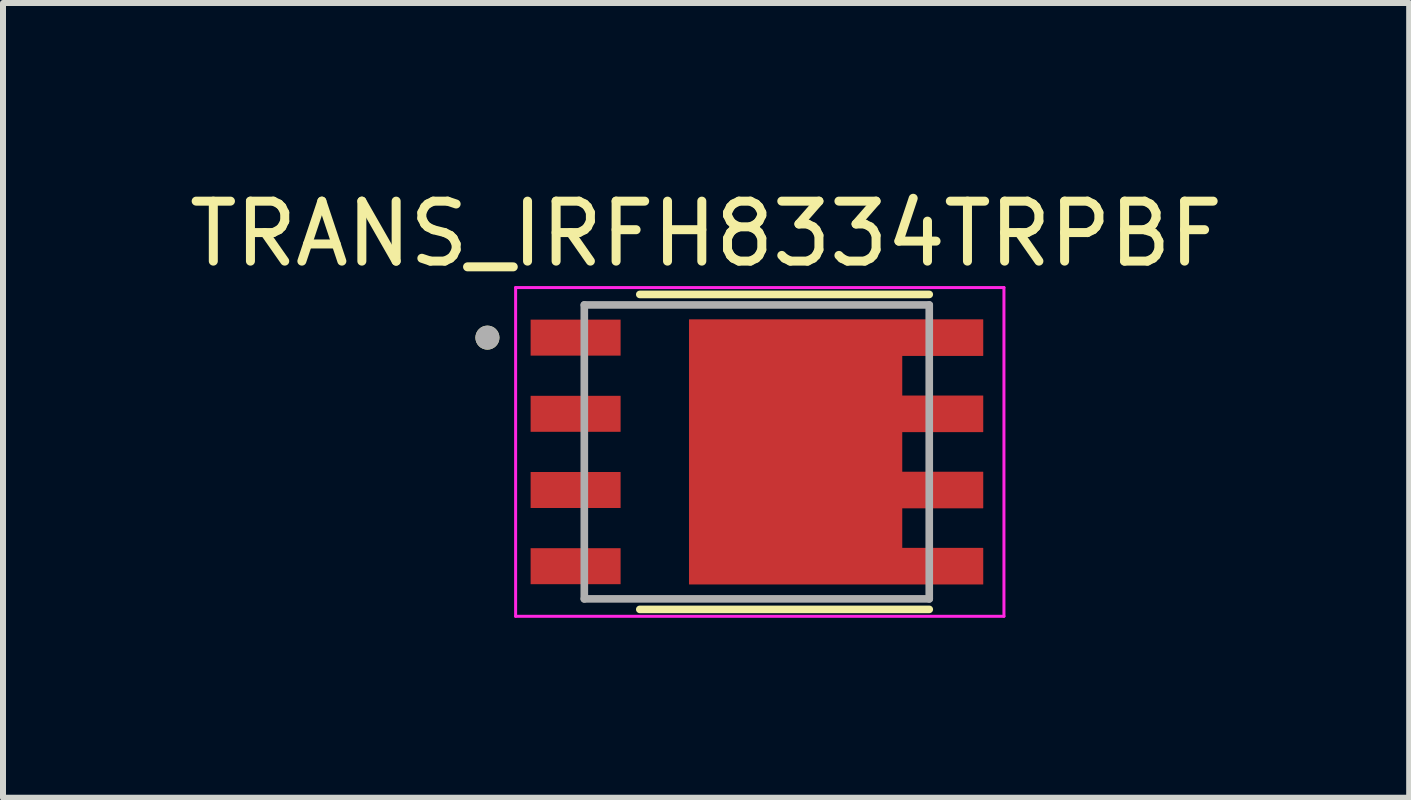
<source format=kicad_pcb>
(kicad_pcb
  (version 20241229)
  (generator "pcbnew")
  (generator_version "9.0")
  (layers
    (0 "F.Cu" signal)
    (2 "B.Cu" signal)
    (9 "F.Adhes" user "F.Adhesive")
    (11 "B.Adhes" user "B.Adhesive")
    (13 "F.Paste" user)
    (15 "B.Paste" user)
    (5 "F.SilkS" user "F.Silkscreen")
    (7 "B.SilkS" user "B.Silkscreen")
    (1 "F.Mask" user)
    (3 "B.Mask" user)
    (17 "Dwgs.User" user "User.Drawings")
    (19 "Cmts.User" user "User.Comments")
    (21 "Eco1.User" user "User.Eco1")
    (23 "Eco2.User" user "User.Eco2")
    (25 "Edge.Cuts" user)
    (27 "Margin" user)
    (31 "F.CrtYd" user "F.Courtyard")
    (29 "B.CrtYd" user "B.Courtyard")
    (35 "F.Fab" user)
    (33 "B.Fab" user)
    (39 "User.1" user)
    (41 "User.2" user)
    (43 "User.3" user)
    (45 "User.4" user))
  (footprint "TRANS_IRFH8334TRPBF"
    (layer "F.Cu")
    (at 9.565 4.483)
    (property "Reference" "TRANS_IRFH8334TRPBF" (at -0.845 -3.635 0) (layer "F.SilkS") (effects (font (size 1 1) (thickness 0.15))))
    (attr smd)
    (fp_poly (pts (xy -1.225 -2.305) (xy -1.225 2.305) (xy 3.87 2.305) (xy 3.87 1.505) (xy 2.52 1.505) (xy 2.52 1.035) (xy 3.87 1.035) (xy 3.87 0.235) (xy 2.52 0.235) (xy 2.52 -0.235) (xy 3.87 -0.235) (xy 3.87 -1.035) (xy 2.52 -1.035) (xy 2.52 -1.505) (xy 3.87 -1.505) (xy 3.87 -2.305)) (stroke (width 0.01) (type solid)) (fill yes) (layer "F.Mask"))
    (fp_line (start -1.95 -2.625) (end 2.875 -2.625) (stroke (width 0.127) (type solid)) (layer "F.SilkS"))
    (fp_line (start 2.875 2.625) (end -1.95 2.625) (stroke (width 0.127) (type solid)) (layer "F.SilkS"))
    (fp_circle (center -4.49 -1.905) (end -4.39 -1.905) (stroke (width 0.2) (type solid)) (fill no) (layer "F.SilkS"))
    (fp_poly (pts (xy -2.32 -1.655) (xy -3.72 -1.655) (xy -3.72 -2.155) (xy -2.32 -2.155)) (stroke (width 0.01) (type solid)) (fill yes) (layer "F.Paste"))
    (fp_poly (pts (xy -2.32 -0.385) (xy -3.72 -0.385) (xy -3.72 -0.885) (xy -2.32 -0.885)) (stroke (width 0.01) (type solid)) (fill yes) (layer "F.Paste"))
    (fp_poly (pts (xy -2.32 0.885) (xy -3.72 0.885) (xy -3.72 0.385) (xy -2.32 0.385)) (stroke (width 0.01) (type solid)) (fill yes) (layer "F.Paste"))
    (fp_poly (pts (xy -2.32 2.155) (xy -3.72 2.155) (xy -3.72 1.655) (xy -2.32 1.655)) (stroke (width 0.01) (type solid)) (fill yes) (layer "F.Paste"))
    (fp_poly (pts (xy 0.545 -0.1) (xy -0.955 -0.1) (xy -0.955 -1.6) (xy 0.545 -1.6)) (stroke (width 0.01) (type solid)) (fill yes) (layer "F.Paste"))
    (fp_poly (pts (xy 0.545 1.6) (xy -0.955 1.6) (xy -0.955 0.1) (xy 0.545 0.1)) (stroke (width 0.01) (type solid)) (fill yes) (layer "F.Paste"))
    (fp_poly (pts (xy 2.245 -0.1) (xy 0.745 -0.1) (xy 0.745 -1.6) (xy 2.245 -1.6)) (stroke (width 0.01) (type solid)) (fill yes) (layer "F.Paste"))
    (fp_poly (pts (xy 2.245 1.6) (xy 0.745 1.6) (xy 0.745 0.1) (xy 2.245 0.1)) (stroke (width 0.01) (type solid)) (fill yes) (layer "F.Paste"))
    (fp_poly (pts (xy 2.513 -2.155) (xy 2.513 -1.655) (xy 3.712 -1.655) (xy 3.712 -2.155)) (stroke (width 0.01) (type solid)) (fill yes) (layer "F.Paste"))
    (fp_poly (pts (xy 2.513 -0.885) (xy 2.513 -0.385) (xy 3.712 -0.385) (xy 3.712 -0.885)) (stroke (width 0.01) (type solid)) (fill yes) (layer "F.Paste"))
    (fp_poly (pts (xy 2.513 0.385) (xy 2.513 0.885) (xy 3.712 0.885) (xy 3.712 0.385)) (stroke (width 0.01) (type solid)) (fill yes) (layer "F.Paste"))
    (fp_poly (pts (xy 2.513 1.655) (xy 2.513 2.155) (xy 3.712 2.155) (xy 3.712 1.655)) (stroke (width 0.01) (type solid)) (fill yes) (layer "F.Paste"))
    (fp_line (start -4.02 -2.74) (end -4.02 2.74) (stroke (width 0.05) (type solid)) (layer "F.CrtYd"))
    (fp_line (start -4.02 2.74) (end 4.12 2.74) (stroke (width 0.05) (type solid)) (layer "F.CrtYd"))
    (fp_line (start 4.12 -2.74) (end -4.02 -2.74) (stroke (width 0.05) (type solid)) (layer "F.CrtYd"))
    (fp_line (start 4.12 2.74) (end 4.12 -2.74) (stroke (width 0.05) (type solid)) (layer "F.CrtYd"))
    (fp_line (start -2.875 -2.45) (end 2.875 -2.45) (stroke (width 0.127) (type solid)) (layer "F.Fab"))
    (fp_line (start -2.875 2.45) (end -2.875 -2.45) (stroke (width 0.127) (type solid)) (layer "F.Fab"))
    (fp_line (start 2.875 -2.45) (end 2.875 2.45) (stroke (width 0.127) (type solid)) (layer "F.Fab"))
    (fp_line (start 2.875 2.45) (end -2.875 2.45) (stroke (width 0.127) (type solid)) (layer "F.Fab"))
    (fp_circle (center -4.49 -1.905) (end -4.39 -1.905) (stroke (width 0.2) (type solid)) (fill no) (layer "F.Fab"))
    (pad "1" smd rect (at -3.02 -1.905) (size 1.5 0.6) (layers "F.Cu" "F.Mask"))
    (pad "2" smd rect (at -3.02 -0.635) (size 1.5 0.6) (layers "F.Cu" "F.Mask"))
    (pad "3" smd rect (at -3.02 0.635) (size 1.5 0.6) (layers "F.Cu" "F.Mask"))
    (pad "4" smd rect (at -3.02 1.905) (size 1.5 0.6) (layers "F.Cu" "F.Mask"))
    (pad "5-8" smd custom (at 0.635 0) (size 3 3) (layers "F.Cu") (options (anchor rect)) (primitives (gr_poly (pts (xy -1.76 -2.205) (xy -1.76 2.205) (xy 3.135 2.205) (xy 3.135 1.605) (xy 1.785 1.605) (xy 1.785 0.935) (xy 3.135 0.935) (xy 3.135 0.335) (xy 1.785 0.335) (xy 1.785 -0.335) (xy 3.135 -0.335) (xy 3.135 -0.935) (xy 1.785 -0.935) (xy 1.785 -1.605) (xy 3.135 -1.605) (xy 3.135 -2.205)) (width 0.01) (fill yes)))))
  (gr_rect
    (start -3 -3)
    (end 20.44 10.248)
    (stroke (width 0.1) (type default))
    (fill no)
    (layer "Edge.Cuts")))
</source>
